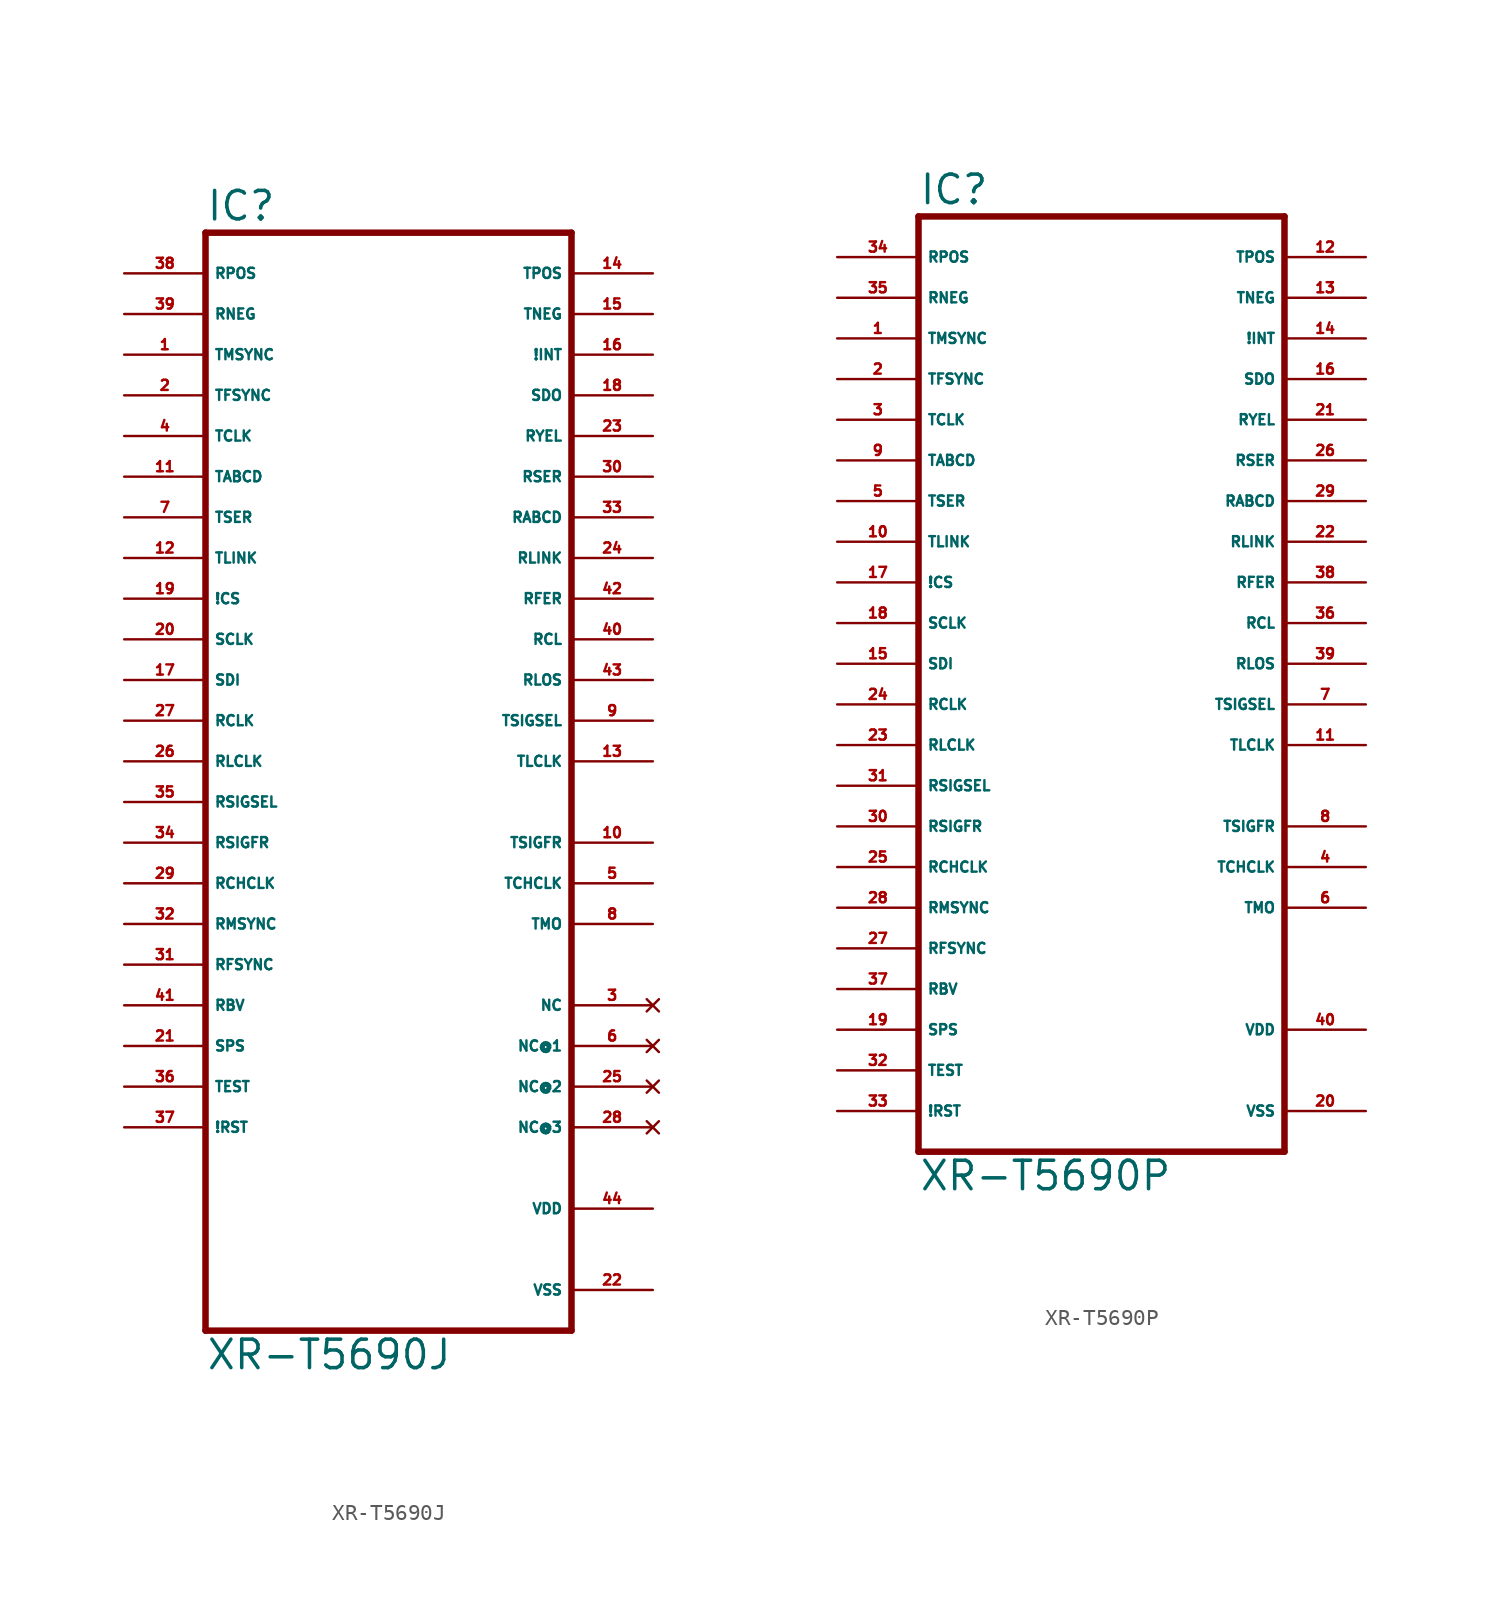
<source format=kicad_sym>
(kicad_symbol_lib
  (version 20220914)
  (generator Eagle2Kicad)
  (symbol "XR-T5690J"
    (property "Reference" "IC"
      (at -12.7 33.655 0)
      (effects (font (size 1.778 1.778) (thickness 0.22)) (justify left bottom)))
    (property "Value" "XR-T5690J"
      (at -12.7 -38.1 0)
      (effects (font (size 1.778 1.778) (thickness 0.22)) (justify left bottom)))
    (polyline
      (pts (xy -12.7 -35.56) (xy 10.16 -35.56))
      (stroke (width 0.406) (type default))
      (fill (type none)))
    (polyline
      (pts (xy 10.16 -35.56) (xy 10.16 33.02))
      (stroke (width 0.406) (type default))
      (fill (type none)))
    (polyline
      (pts (xy 10.16 33.02) (xy -12.7 33.02))
      (stroke (width 0.406) (type default))
      (fill (type none)))
    (polyline
      (pts (xy -12.7 33.02) (xy -12.7 -35.56))
      (stroke (width 0.406) (type default))
      (fill (type none)))
    (pin input line
      (at -17.78 25.4 0)
      (length 5.08)
      (name "TMSYNC" (effects (font (size 0.635 0.635) (thickness 0.08)) (justify left bottom)))
      (number "1" (effects (font (size 0.635 0.635) (thickness 0.08)) (justify left bottom))))
    (pin input line
      (at -17.78 22.86 0)
      (length 5.08)
      (name "TFSYNC" (effects (font (size 0.635 0.635) (thickness 0.08)) (justify left bottom)))
      (number "2" (effects (font (size 0.635 0.635) (thickness 0.08)) (justify left bottom))))
    (pin input line
      (at -17.78 20.32 0)
      (length 5.08)
      (name "TCLK" (effects (font (size 0.635 0.635) (thickness 0.08)) (justify left bottom)))
      (number "4" (effects (font (size 0.635 0.635) (thickness 0.08)) (justify left bottom))))
    (pin input line
      (at -17.78 17.78 0)
      (length 5.08)
      (name "TABCD" (effects (font (size 0.635 0.635) (thickness 0.08)) (justify left bottom)))
      (number "11" (effects (font (size 0.635 0.635) (thickness 0.08)) (justify left bottom))))
    (pin input line
      (at -17.78 15.24 0)
      (length 5.08)
      (name "TSER" (effects (font (size 0.635 0.635) (thickness 0.08)) (justify left bottom)))
      (number "7" (effects (font (size 0.635 0.635) (thickness 0.08)) (justify left bottom))))
    (pin input line
      (at -17.78 10.16 0)
      (length 5.08)
      (name "!CS" (effects (font (size 0.635 0.635) (thickness 0.08)) (justify left bottom)))
      (number "19" (effects (font (size 0.635 0.635) (thickness 0.08)) (justify left bottom))))
    (pin input line
      (at -17.78 7.62 0)
      (length 5.08)
      (name "SCLK" (effects (font (size 0.635 0.635) (thickness 0.08)) (justify left bottom)))
      (number "20" (effects (font (size 0.635 0.635) (thickness 0.08)) (justify left bottom))))
    (pin input line
      (at -17.78 5.08 0)
      (length 5.08)
      (name "SDI" (effects (font (size 0.635 0.635) (thickness 0.08)) (justify left bottom)))
      (number "17" (effects (font (size 0.635 0.635) (thickness 0.08)) (justify left bottom))))
    (pin input line
      (at -17.78 0 0)
      (length 5.08)
      (name "RLCLK" (effects (font (size 0.635 0.635) (thickness 0.08)) (justify left bottom)))
      (number "26" (effects (font (size 0.635 0.635) (thickness 0.08)) (justify left bottom))))
    (pin input line
      (at -17.78 -2.54 0)
      (length 5.08)
      (name "RSIGSEL" (effects (font (size 0.635 0.635) (thickness 0.08)) (justify left bottom)))
      (number "35" (effects (font (size 0.635 0.635) (thickness 0.08)) (justify left bottom))))
    (pin input line
      (at -17.78 -5.08 0)
      (length 5.08)
      (name "RSIGFR" (effects (font (size 0.635 0.635) (thickness 0.08)) (justify left bottom)))
      (number "34" (effects (font (size 0.635 0.635) (thickness 0.08)) (justify left bottom))))
    (pin input line
      (at -17.78 -7.62 0)
      (length 5.08)
      (name "RCHCLK" (effects (font (size 0.635 0.635) (thickness 0.08)) (justify left bottom)))
      (number "29" (effects (font (size 0.635 0.635) (thickness 0.08)) (justify left bottom))))
    (pin input line
      (at -17.78 -10.16 0)
      (length 5.08)
      (name "RMSYNC" (effects (font (size 0.635 0.635) (thickness 0.08)) (justify left bottom)))
      (number "32" (effects (font (size 0.635 0.635) (thickness 0.08)) (justify left bottom))))
    (pin input line
      (at -17.78 -12.7 0)
      (length 5.08)
      (name "RFSYNC" (effects (font (size 0.635 0.635) (thickness 0.08)) (justify left bottom)))
      (number "31" (effects (font (size 0.635 0.635) (thickness 0.08)) (justify left bottom))))
    (pin input line
      (at -17.78 27.94 0)
      (length 5.08)
      (name "RNEG" (effects (font (size 0.635 0.635) (thickness 0.08)) (justify left bottom)))
      (number "39" (effects (font (size 0.635 0.635) (thickness 0.08)) (justify left bottom))))
    (pin input line
      (at -17.78 30.48 0)
      (length 5.08)
      (name "RPOS" (effects (font (size 0.635 0.635) (thickness 0.08)) (justify left bottom)))
      (number "38" (effects (font (size 0.635 0.635) (thickness 0.08)) (justify left bottom))))
    (pin input line
      (at -17.78 -15.24 0)
      (length 5.08)
      (name "RBV" (effects (font (size 0.635 0.635) (thickness 0.08)) (justify left bottom)))
      (number "41" (effects (font (size 0.635 0.635) (thickness 0.08)) (justify left bottom))))
    (pin input line
      (at -17.78 -22.86 0)
      (length 5.08)
      (name "!RST" (effects (font (size 0.635 0.635) (thickness 0.08)) (justify left bottom)))
      (number "37" (effects (font (size 0.635 0.635) (thickness 0.08)) (justify left bottom))))
    (pin input line
      (at -17.78 -17.78 0)
      (length 5.08)
      (name "SPS" (effects (font (size 0.635 0.635) (thickness 0.08)) (justify left bottom)))
      (number "21" (effects (font (size 0.635 0.635) (thickness 0.08)) (justify left bottom))))
    (pin output line
      (at 15.24 25.4 180)
      (length 5.08)
      (name "!INT" (effects (font (size 0.635 0.635) (thickness 0.08)) (justify left bottom)))
      (number "16" (effects (font (size 0.635 0.635) (thickness 0.08)) (justify left bottom))))
    (pin output line
      (at 15.24 22.86 180)
      (length 5.08)
      (name "SDO" (effects (font (size 0.635 0.635) (thickness 0.08)) (justify left bottom)))
      (number "18" (effects (font (size 0.635 0.635) (thickness 0.08)) (justify left bottom))))
    (pin output line
      (at 15.24 20.32 180)
      (length 5.08)
      (name "RYEL" (effects (font (size 0.635 0.635) (thickness 0.08)) (justify left bottom)))
      (number "23" (effects (font (size 0.635 0.635) (thickness 0.08)) (justify left bottom))))
    (pin output line
      (at 15.24 17.78 180)
      (length 5.08)
      (name "RSER" (effects (font (size 0.635 0.635) (thickness 0.08)) (justify left bottom)))
      (number "30" (effects (font (size 0.635 0.635) (thickness 0.08)) (justify left bottom))))
    (pin output line
      (at 15.24 15.24 180)
      (length 5.08)
      (name "RABCD" (effects (font (size 0.635 0.635) (thickness 0.08)) (justify left bottom)))
      (number "33" (effects (font (size 0.635 0.635) (thickness 0.08)) (justify left bottom))))
    (pin output line
      (at 15.24 12.7 180)
      (length 5.08)
      (name "RLINK" (effects (font (size 0.635 0.635) (thickness 0.08)) (justify left bottom)))
      (number "24" (effects (font (size 0.635 0.635) (thickness 0.08)) (justify left bottom))))
    (pin output line
      (at 15.24 10.16 180)
      (length 5.08)
      (name "RFER" (effects (font (size 0.635 0.635) (thickness 0.08)) (justify left bottom)))
      (number "42" (effects (font (size 0.635 0.635) (thickness 0.08)) (justify left bottom))))
    (pin output line
      (at 15.24 7.62 180)
      (length 5.08)
      (name "RCL" (effects (font (size 0.635 0.635) (thickness 0.08)) (justify left bottom)))
      (number "40" (effects (font (size 0.635 0.635) (thickness 0.08)) (justify left bottom))))
    (pin output line
      (at 15.24 5.08 180)
      (length 5.08)
      (name "RLOS" (effects (font (size 0.635 0.635) (thickness 0.08)) (justify left bottom)))
      (number "43" (effects (font (size 0.635 0.635) (thickness 0.08)) (justify left bottom))))
    (pin output line
      (at 15.24 27.94 180)
      (length 5.08)
      (name "TNEG" (effects (font (size 0.635 0.635) (thickness 0.08)) (justify left bottom)))
      (number "15" (effects (font (size 0.635 0.635) (thickness 0.08)) (justify left bottom))))
    (pin output line
      (at 15.24 30.48 180)
      (length 5.08)
      (name "TPOS" (effects (font (size 0.635 0.635) (thickness 0.08)) (justify left bottom)))
      (number "14" (effects (font (size 0.635 0.635) (thickness 0.08)) (justify left bottom))))
    (pin output line
      (at 15.24 -5.08 180)
      (length 5.08)
      (name "TSIGFR" (effects (font (size 0.635 0.635) (thickness 0.08)) (justify left bottom)))
      (number "10" (effects (font (size 0.635 0.635) (thickness 0.08)) (justify left bottom))))
    (pin output line
      (at 15.24 -7.62 180)
      (length 5.08)
      (name "TCHCLK" (effects (font (size 0.635 0.635) (thickness 0.08)) (justify left bottom)))
      (number "5" (effects (font (size 0.635 0.635) (thickness 0.08)) (justify left bottom))))
    (pin output line
      (at 15.24 -10.16 180)
      (length 5.08)
      (name "TMO" (effects (font (size 0.635 0.635) (thickness 0.08)) (justify left bottom)))
      (number "8" (effects (font (size 0.635 0.635) (thickness 0.08)) (justify left bottom))))
    (pin output line
      (at 15.24 2.54 180)
      (length 5.08)
      (name "TSIGSEL" (effects (font (size 0.635 0.635) (thickness 0.08)) (justify left bottom)))
      (number "9" (effects (font (size 0.635 0.635) (thickness 0.08)) (justify left bottom))))
    (pin unspecified line
      (at 15.24 -33.02 180)
      (length 5.08)
      (name "VSS" (effects (font (size 0.635 0.635) (thickness 0.08)) (justify left bottom)))
      (number "22" (effects (font (size 0.635 0.635) (thickness 0.08)) (justify left bottom))))
    (pin unspecified line
      (at 15.24 -27.94 180)
      (length 5.08)
      (name "VDD" (effects (font (size 0.635 0.635) (thickness 0.08)) (justify left bottom)))
      (number "44" (effects (font (size 0.635 0.635) (thickness 0.08)) (justify left bottom))))
    (pin input line
      (at -17.78 2.54 0)
      (length 5.08)
      (name "RCLK" (effects (font (size 0.635 0.635) (thickness 0.08)) (justify left bottom)))
      (number "27" (effects (font (size 0.635 0.635) (thickness 0.08)) (justify left bottom))))
    (pin input line
      (at -17.78 12.7 0)
      (length 5.08)
      (name "TLINK" (effects (font (size 0.635 0.635) (thickness 0.08)) (justify left bottom)))
      (number "12" (effects (font (size 0.635 0.635) (thickness 0.08)) (justify left bottom))))
    (pin output line
      (at 15.24 0 180)
      (length 5.08)
      (name "TLCLK" (effects (font (size 0.635 0.635) (thickness 0.08)) (justify left bottom)))
      (number "13" (effects (font (size 0.635 0.635) (thickness 0.08)) (justify left bottom))))
    (pin input line
      (at -17.78 -20.32 0)
      (length 5.08)
      (name "TEST" (effects (font (size 0.635 0.635) (thickness 0.08)) (justify left bottom)))
      (number "36" (effects (font (size 0.635 0.635) (thickness 0.08)) (justify left bottom))))
    (pin no_connect line
      (at 15.24 -15.24 180)
      (length 5.08)
      (name "NC" (effects (font (size 0.635 0.635) (thickness 0.08)) (justify left bottom) hide))
      (number "3" (effects (font (size 0.635 0.635) (thickness 0.08)) (justify left bottom) hide)))
    (pin no_connect line
      (at 15.24 -17.78 180)
      (length 5.08)
      (name "NC@1" (effects (font (size 0.635 0.635) (thickness 0.08)) (justify left bottom) hide))
      (number "6" (effects (font (size 0.635 0.635) (thickness 0.08)) (justify left bottom) hide)))
    (pin no_connect line
      (at 15.24 -20.32 180)
      (length 5.08)
      (name "NC@2" (effects (font (size 0.635 0.635) (thickness 0.08)) (justify left bottom) hide))
      (number "25" (effects (font (size 0.635 0.635) (thickness 0.08)) (justify left bottom) hide)))
    (pin no_connect line
      (at 15.24 -22.86 180)
      (length 5.08)
      (name "NC@3" (effects (font (size 0.635 0.635) (thickness 0.08)) (justify left bottom) hide))
      (number "28" (effects (font (size 0.635 0.635) (thickness 0.08)) (justify left bottom) hide))))
  (symbol "XR-T5690P"
    (property "Reference" "IC"
      (at -12.7 28.575 0)
      (effects (font (size 1.778 1.778) (thickness 0.22)) (justify left bottom)))
    (property "Value" "XR-T5690P"
      (at -12.7 -33.02 0)
      (effects (font (size 1.778 1.778) (thickness 0.22)) (justify left bottom)))
    (polyline
      (pts (xy -12.7 -30.48) (xy 10.16 -30.48))
      (stroke (width 0.406) (type default))
      (fill (type none)))
    (polyline
      (pts (xy 10.16 -30.48) (xy 10.16 27.94))
      (stroke (width 0.406) (type default))
      (fill (type none)))
    (polyline
      (pts (xy 10.16 27.94) (xy -12.7 27.94))
      (stroke (width 0.406) (type default))
      (fill (type none)))
    (polyline
      (pts (xy -12.7 27.94) (xy -12.7 -30.48))
      (stroke (width 0.406) (type default))
      (fill (type none)))
    (pin input line
      (at -17.78 20.32 0)
      (length 5.08)
      (name "TMSYNC" (effects (font (size 0.635 0.635) (thickness 0.08)) (justify left bottom)))
      (number "1" (effects (font (size 0.635 0.635) (thickness 0.08)) (justify left bottom))))
    (pin input line
      (at -17.78 17.78 0)
      (length 5.08)
      (name "TFSYNC" (effects (font (size 0.635 0.635) (thickness 0.08)) (justify left bottom)))
      (number "2" (effects (font (size 0.635 0.635) (thickness 0.08)) (justify left bottom))))
    (pin input line
      (at -17.78 15.24 0)
      (length 5.08)
      (name "TCLK" (effects (font (size 0.635 0.635) (thickness 0.08)) (justify left bottom)))
      (number "3" (effects (font (size 0.635 0.635) (thickness 0.08)) (justify left bottom))))
    (pin input line
      (at -17.78 12.7 0)
      (length 5.08)
      (name "TABCD" (effects (font (size 0.635 0.635) (thickness 0.08)) (justify left bottom)))
      (number "9" (effects (font (size 0.635 0.635) (thickness 0.08)) (justify left bottom))))
    (pin input line
      (at -17.78 10.16 0)
      (length 5.08)
      (name "TSER" (effects (font (size 0.635 0.635) (thickness 0.08)) (justify left bottom)))
      (number "5" (effects (font (size 0.635 0.635) (thickness 0.08)) (justify left bottom))))
    (pin input line
      (at -17.78 5.08 0)
      (length 5.08)
      (name "!CS" (effects (font (size 0.635 0.635) (thickness 0.08)) (justify left bottom)))
      (number "17" (effects (font (size 0.635 0.635) (thickness 0.08)) (justify left bottom))))
    (pin input line
      (at -17.78 2.54 0)
      (length 5.08)
      (name "SCLK" (effects (font (size 0.635 0.635) (thickness 0.08)) (justify left bottom)))
      (number "18" (effects (font (size 0.635 0.635) (thickness 0.08)) (justify left bottom))))
    (pin input line
      (at -17.78 0 0)
      (length 5.08)
      (name "SDI" (effects (font (size 0.635 0.635) (thickness 0.08)) (justify left bottom)))
      (number "15" (effects (font (size 0.635 0.635) (thickness 0.08)) (justify left bottom))))
    (pin input line
      (at -17.78 -5.08 0)
      (length 5.08)
      (name "RLCLK" (effects (font (size 0.635 0.635) (thickness 0.08)) (justify left bottom)))
      (number "23" (effects (font (size 0.635 0.635) (thickness 0.08)) (justify left bottom))))
    (pin input line
      (at -17.78 -7.62 0)
      (length 5.08)
      (name "RSIGSEL" (effects (font (size 0.635 0.635) (thickness 0.08)) (justify left bottom)))
      (number "31" (effects (font (size 0.635 0.635) (thickness 0.08)) (justify left bottom))))
    (pin input line
      (at -17.78 -10.16 0)
      (length 5.08)
      (name "RSIGFR" (effects (font (size 0.635 0.635) (thickness 0.08)) (justify left bottom)))
      (number "30" (effects (font (size 0.635 0.635) (thickness 0.08)) (justify left bottom))))
    (pin input line
      (at -17.78 -12.7 0)
      (length 5.08)
      (name "RCHCLK" (effects (font (size 0.635 0.635) (thickness 0.08)) (justify left bottom)))
      (number "25" (effects (font (size 0.635 0.635) (thickness 0.08)) (justify left bottom))))
    (pin input line
      (at -17.78 -15.24 0)
      (length 5.08)
      (name "RMSYNC" (effects (font (size 0.635 0.635) (thickness 0.08)) (justify left bottom)))
      (number "28" (effects (font (size 0.635 0.635) (thickness 0.08)) (justify left bottom))))
    (pin input line
      (at -17.78 -17.78 0)
      (length 5.08)
      (name "RFSYNC" (effects (font (size 0.635 0.635) (thickness 0.08)) (justify left bottom)))
      (number "27" (effects (font (size 0.635 0.635) (thickness 0.08)) (justify left bottom))))
    (pin input line
      (at -17.78 22.86 0)
      (length 5.08)
      (name "RNEG" (effects (font (size 0.635 0.635) (thickness 0.08)) (justify left bottom)))
      (number "35" (effects (font (size 0.635 0.635) (thickness 0.08)) (justify left bottom))))
    (pin input line
      (at -17.78 25.4 0)
      (length 5.08)
      (name "RPOS" (effects (font (size 0.635 0.635) (thickness 0.08)) (justify left bottom)))
      (number "34" (effects (font (size 0.635 0.635) (thickness 0.08)) (justify left bottom))))
    (pin input line
      (at -17.78 -20.32 0)
      (length 5.08)
      (name "RBV" (effects (font (size 0.635 0.635) (thickness 0.08)) (justify left bottom)))
      (number "37" (effects (font (size 0.635 0.635) (thickness 0.08)) (justify left bottom))))
    (pin input line
      (at -17.78 -27.94 0)
      (length 5.08)
      (name "!RST" (effects (font (size 0.635 0.635) (thickness 0.08)) (justify left bottom)))
      (number "33" (effects (font (size 0.635 0.635) (thickness 0.08)) (justify left bottom))))
    (pin input line
      (at -17.78 -22.86 0)
      (length 5.08)
      (name "SPS" (effects (font (size 0.635 0.635) (thickness 0.08)) (justify left bottom)))
      (number "19" (effects (font (size 0.635 0.635) (thickness 0.08)) (justify left bottom))))
    (pin output line
      (at 15.24 20.32 180)
      (length 5.08)
      (name "!INT" (effects (font (size 0.635 0.635) (thickness 0.08)) (justify left bottom)))
      (number "14" (effects (font (size 0.635 0.635) (thickness 0.08)) (justify left bottom))))
    (pin output line
      (at 15.24 17.78 180)
      (length 5.08)
      (name "SDO" (effects (font (size 0.635 0.635) (thickness 0.08)) (justify left bottom)))
      (number "16" (effects (font (size 0.635 0.635) (thickness 0.08)) (justify left bottom))))
    (pin output line
      (at 15.24 15.24 180)
      (length 5.08)
      (name "RYEL" (effects (font (size 0.635 0.635) (thickness 0.08)) (justify left bottom)))
      (number "21" (effects (font (size 0.635 0.635) (thickness 0.08)) (justify left bottom))))
    (pin output line
      (at 15.24 12.7 180)
      (length 5.08)
      (name "RSER" (effects (font (size 0.635 0.635) (thickness 0.08)) (justify left bottom)))
      (number "26" (effects (font (size 0.635 0.635) (thickness 0.08)) (justify left bottom))))
    (pin output line
      (at 15.24 10.16 180)
      (length 5.08)
      (name "RABCD" (effects (font (size 0.635 0.635) (thickness 0.08)) (justify left bottom)))
      (number "29" (effects (font (size 0.635 0.635) (thickness 0.08)) (justify left bottom))))
    (pin output line
      (at 15.24 7.62 180)
      (length 5.08)
      (name "RLINK" (effects (font (size 0.635 0.635) (thickness 0.08)) (justify left bottom)))
      (number "22" (effects (font (size 0.635 0.635) (thickness 0.08)) (justify left bottom))))
    (pin output line
      (at 15.24 5.08 180)
      (length 5.08)
      (name "RFER" (effects (font (size 0.635 0.635) (thickness 0.08)) (justify left bottom)))
      (number "38" (effects (font (size 0.635 0.635) (thickness 0.08)) (justify left bottom))))
    (pin output line
      (at 15.24 2.54 180)
      (length 5.08)
      (name "RCL" (effects (font (size 0.635 0.635) (thickness 0.08)) (justify left bottom)))
      (number "36" (effects (font (size 0.635 0.635) (thickness 0.08)) (justify left bottom))))
    (pin output line
      (at 15.24 0 180)
      (length 5.08)
      (name "RLOS" (effects (font (size 0.635 0.635) (thickness 0.08)) (justify left bottom)))
      (number "39" (effects (font (size 0.635 0.635) (thickness 0.08)) (justify left bottom))))
    (pin output line
      (at 15.24 22.86 180)
      (length 5.08)
      (name "TNEG" (effects (font (size 0.635 0.635) (thickness 0.08)) (justify left bottom)))
      (number "13" (effects (font (size 0.635 0.635) (thickness 0.08)) (justify left bottom))))
    (pin output line
      (at 15.24 25.4 180)
      (length 5.08)
      (name "TPOS" (effects (font (size 0.635 0.635) (thickness 0.08)) (justify left bottom)))
      (number "12" (effects (font (size 0.635 0.635) (thickness 0.08)) (justify left bottom))))
    (pin output line
      (at 15.24 -10.16 180)
      (length 5.08)
      (name "TSIGFR" (effects (font (size 0.635 0.635) (thickness 0.08)) (justify left bottom)))
      (number "8" (effects (font (size 0.635 0.635) (thickness 0.08)) (justify left bottom))))
    (pin output line
      (at 15.24 -12.7 180)
      (length 5.08)
      (name "TCHCLK" (effects (font (size 0.635 0.635) (thickness 0.08)) (justify left bottom)))
      (number "4" (effects (font (size 0.635 0.635) (thickness 0.08)) (justify left bottom))))
    (pin output line
      (at 15.24 -15.24 180)
      (length 5.08)
      (name "TMO" (effects (font (size 0.635 0.635) (thickness 0.08)) (justify left bottom)))
      (number "6" (effects (font (size 0.635 0.635) (thickness 0.08)) (justify left bottom))))
    (pin output line
      (at 15.24 -2.54 180)
      (length 5.08)
      (name "TSIGSEL" (effects (font (size 0.635 0.635) (thickness 0.08)) (justify left bottom)))
      (number "7" (effects (font (size 0.635 0.635) (thickness 0.08)) (justify left bottom))))
    (pin unspecified line
      (at 15.24 -27.94 180)
      (length 5.08)
      (name "VSS" (effects (font (size 0.635 0.635) (thickness 0.08)) (justify left bottom)))
      (number "20" (effects (font (size 0.635 0.635) (thickness 0.08)) (justify left bottom))))
    (pin unspecified line
      (at 15.24 -22.86 180)
      (length 5.08)
      (name "VDD" (effects (font (size 0.635 0.635) (thickness 0.08)) (justify left bottom)))
      (number "40" (effects (font (size 0.635 0.635) (thickness 0.08)) (justify left bottom))))
    (pin input line
      (at -17.78 -2.54 0)
      (length 5.08)
      (name "RCLK" (effects (font (size 0.635 0.635) (thickness 0.08)) (justify left bottom)))
      (number "24" (effects (font (size 0.635 0.635) (thickness 0.08)) (justify left bottom))))
    (pin input line
      (at -17.78 7.62 0)
      (length 5.08)
      (name "TLINK" (effects (font (size 0.635 0.635) (thickness 0.08)) (justify left bottom)))
      (number "10" (effects (font (size 0.635 0.635) (thickness 0.08)) (justify left bottom))))
    (pin output line
      (at 15.24 -5.08 180)
      (length 5.08)
      (name "TLCLK" (effects (font (size 0.635 0.635) (thickness 0.08)) (justify left bottom)))
      (number "11" (effects (font (size 0.635 0.635) (thickness 0.08)) (justify left bottom))))
    (pin input line
      (at -17.78 -25.4 0)
      (length 5.08)
      (name "TEST" (effects (font (size 0.635 0.635) (thickness 0.08)) (justify left bottom)))
      (number "32" (effects (font (size 0.635 0.635) (thickness 0.08)) (justify left bottom))))))
</source>
